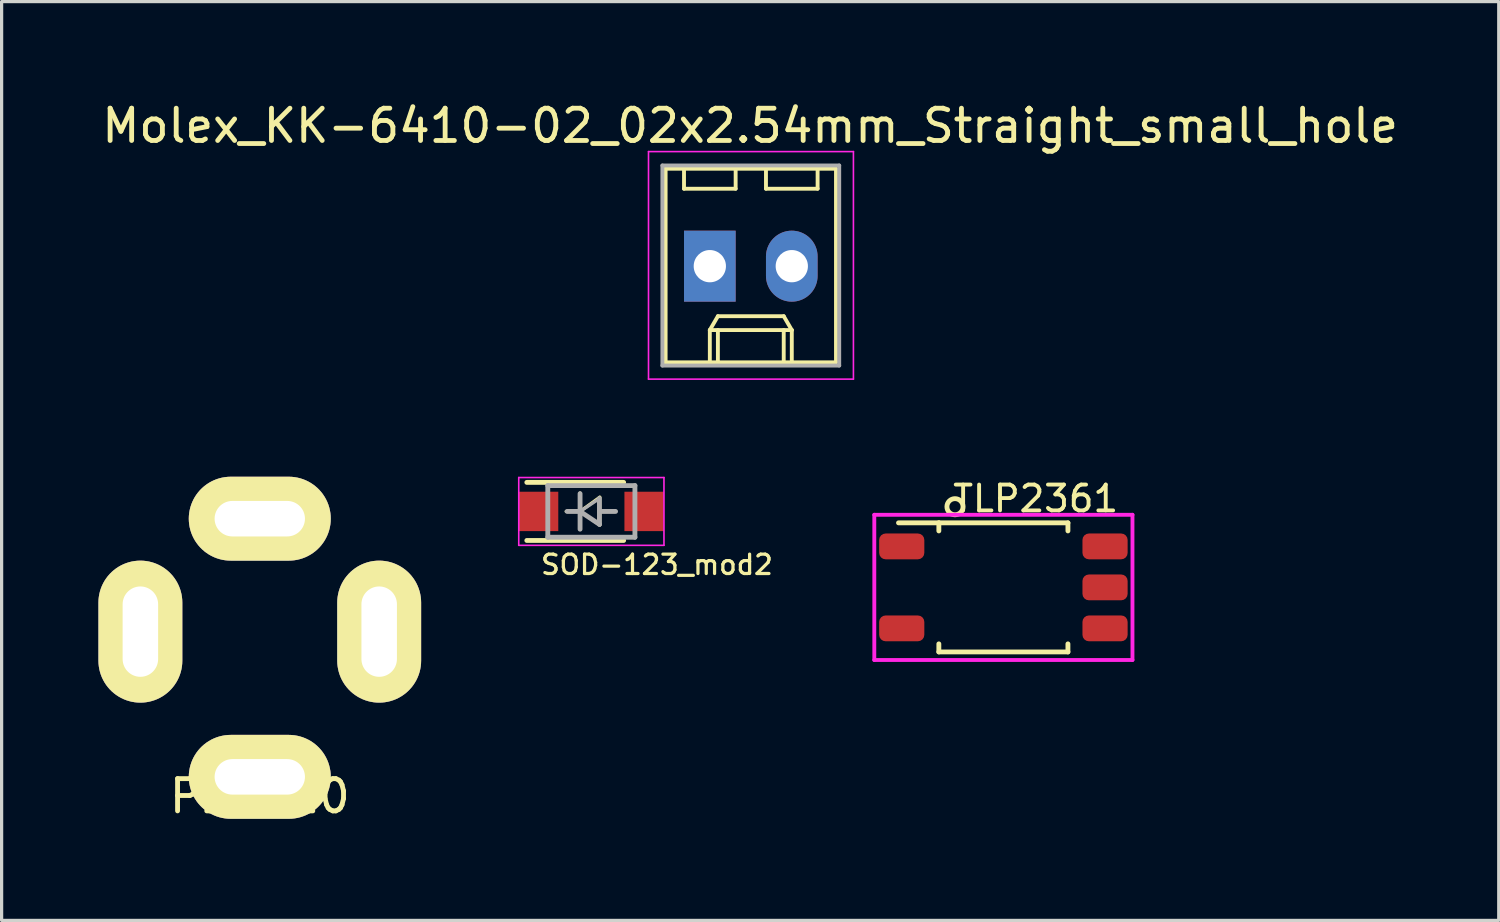
<source format=kicad_pcb>
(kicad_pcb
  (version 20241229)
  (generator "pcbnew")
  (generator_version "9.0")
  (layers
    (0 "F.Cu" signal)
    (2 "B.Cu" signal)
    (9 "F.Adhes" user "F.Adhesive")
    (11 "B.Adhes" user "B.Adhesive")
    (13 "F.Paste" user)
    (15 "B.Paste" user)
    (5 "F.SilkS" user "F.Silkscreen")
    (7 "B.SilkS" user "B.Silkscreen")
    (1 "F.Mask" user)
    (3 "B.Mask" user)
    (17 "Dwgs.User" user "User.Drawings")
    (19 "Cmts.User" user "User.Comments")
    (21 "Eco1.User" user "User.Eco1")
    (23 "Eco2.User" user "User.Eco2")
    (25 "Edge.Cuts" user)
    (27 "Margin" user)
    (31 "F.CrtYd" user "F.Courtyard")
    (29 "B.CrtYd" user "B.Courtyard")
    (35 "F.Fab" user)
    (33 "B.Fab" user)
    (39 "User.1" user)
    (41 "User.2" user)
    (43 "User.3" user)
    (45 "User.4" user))
  (footprint "PJ3410"
    (layer "F.Cu")
    (at 5 16.523)
    (property "Reference" "PJ3410" (at 0 5.1 0) (layer "F.SilkS") (effects (font (size 1 1) (thickness 0.15))))
    (attr through_hole)
    (pad "1" thru_hole oval (at 0 4.5) (size 4.4 2.6) (drill oval 2.8 1.1) (layers "*.Cu" "*.Mask" "F.SilkS"))
    (pad "2" thru_hole oval (at 0 -3.5) (size 4.4 2.6) (drill oval 2.8 1.1) (layers "*.Cu" "*.Mask" "F.SilkS"))
    (pad "3" thru_hole oval (at 3.7 0) (size 2.6 4.4) (drill oval 1.1 2.8) (layers "*.Cu" "*.Mask" "F.SilkS"))
    (pad "4" thru_hole oval (at -3.7 0) (size 2.6 4.4) (drill oval 1.1 2.8) (layers "*.Cu" "*.Mask" "F.SilkS")))
  (footprint "Molex_KK-6410-02_02x2.54mm_Straight_small_hole"
    (placed yes)
    (layer "F.Cu")
    (at 18.946 5.198)
    (property "Reference" "Molex_KK-6410-02_02x2.54mm_Straight_small_hole" (at 1.25 -4.35 0) (layer "F.SilkS") (effects (font (size 1 1) (thickness 0.15))))
    (attr through_hole)
    (fp_line (start -1.37 -3.02) (end -1.37 2.98) (stroke (width 0.12) (type solid)) (layer "F.SilkS"))
    (fp_line (start -1.37 2.98) (end 3.91 2.98) (stroke (width 0.12) (type solid)) (layer "F.SilkS"))
    (fp_line (start -0.8 -3.02) (end -0.8 -2.4) (stroke (width 0.12) (type solid)) (layer "F.SilkS"))
    (fp_line (start -0.8 -2.4) (end 0.8 -2.4) (stroke (width 0.12) (type solid)) (layer "F.SilkS"))
    (fp_line (start 0 1.98) (end 0.25 1.55) (stroke (width 0.12) (type solid)) (layer "F.SilkS"))
    (fp_line (start 0 1.98) (end 2.54 1.98) (stroke (width 0.12) (type solid)) (layer "F.SilkS"))
    (fp_line (start 0 2.98) (end 0 1.98) (stroke (width 0.12) (type solid)) (layer "F.SilkS"))
    (fp_line (start 0.25 1.55) (end 2.29 1.55) (stroke (width 0.12) (type solid)) (layer "F.SilkS"))
    (fp_line (start 0.25 2.98) (end 0.25 1.98) (stroke (width 0.12) (type solid)) (layer "F.SilkS"))
    (fp_line (start 0.8 -2.4) (end 0.8 -3.02) (stroke (width 0.12) (type solid)) (layer "F.SilkS"))
    (fp_line (start 1.74 -3.02) (end 1.74 -2.4) (stroke (width 0.12) (type solid)) (layer "F.SilkS"))
    (fp_line (start 1.74 -2.4) (end 3.34 -2.4) (stroke (width 0.12) (type solid)) (layer "F.SilkS"))
    (fp_line (start 2.29 1.55) (end 2.54 1.98) (stroke (width 0.12) (type solid)) (layer "F.SilkS"))
    (fp_line (start 2.29 2.98) (end 2.29 1.98) (stroke (width 0.12) (type solid)) (layer "F.SilkS"))
    (fp_line (start 2.54 1.98) (end 2.54 2.98) (stroke (width 0.12) (type solid)) (layer "F.SilkS"))
    (fp_line (start 3.34 -2.4) (end 3.34 -3.02) (stroke (width 0.12) (type solid)) (layer "F.SilkS"))
    (fp_line (start 3.91 -3.02) (end -1.37 -3.02) (stroke (width 0.12) (type solid)) (layer "F.SilkS"))
    (fp_line (start 3.91 2.98) (end 3.91 -3.02) (stroke (width 0.12) (type solid)) (layer "F.SilkS"))
    (fp_line (start -1.9 -3.55) (end 4.45 -3.55) (stroke (width 0.05) (type solid)) (layer "F.CrtYd"))
    (fp_line (start -1.9 3.5) (end -1.9 -3.55) (stroke (width 0.05) (type solid)) (layer "F.CrtYd"))
    (fp_line (start 4.45 -3.55) (end 4.45 3.5) (stroke (width 0.05) (type solid)) (layer "F.CrtYd"))
    (fp_line (start 4.45 3.5) (end -1.9 3.5) (stroke (width 0.05) (type solid)) (layer "F.CrtYd"))
    (fp_line (start -1.47 -3.12) (end -1.47 3.08) (stroke (width 0.12) (type solid)) (layer "F.Fab"))
    (fp_line (start -1.47 3.08) (end 4.01 3.08) (stroke (width 0.12) (type solid)) (layer "F.Fab"))
    (fp_line (start 4.01 -3.12) (end -1.47 -3.12) (stroke (width 0.12) (type solid)) (layer "F.Fab"))
    (fp_line (start 4.01 3.08) (end 4.01 -3.12) (stroke (width 0.12) (type solid)) (layer "F.Fab"))
    (pad "1" thru_hole rect (at 0 0) (size 1.6 2.2) (drill 1) (layers "*.Cu" "*.Mask"))
    (pad "2" thru_hole oval (at 2.54 0) (size 1.6 2.2) (drill 1) (layers "*.Cu" "*.Mask")))
  (footprint "SOD-123_mod2"
    (placed yes)
    (layer "F.Cu")
    (at 15.275 12.798)
    (property "Reference" "SOD-123_mod2" (at 2.032 1.651 0) (layer "F.SilkS") (effects (font (size 0.6 0.6) (thickness 0.1))))
    (attr smd)
    (fp_line (start -2 -0.9) (end 1 -0.9) (stroke (width 0.15) (type solid)) (layer "F.SilkS"))
    (fp_line (start -2 0.9) (end 1 0.9) (stroke (width 0.15) (type solid)) (layer "F.SilkS"))
    (fp_line (start -0.78 0) (end -0.34 0) (stroke (width 0.1) (type solid)) (layer "F.SilkS"))
    (fp_line (start -0.35 -0.57) (end -0.35 0.56) (stroke (width 0.1) (type solid)) (layer "F.SilkS"))
    (fp_line (start -0.35 0) (end 0.26 -0.44) (stroke (width 0.1) (type solid)) (layer "F.SilkS"))
    (fp_line (start 0.26 -0.44) (end 0.26 0.42) (stroke (width 0.1) (type solid)) (layer "F.SilkS"))
    (fp_line (start 0.26 0) (end 0.74 0) (stroke (width 0.1) (type solid)) (layer "F.SilkS"))
    (fp_line (start 0.26 0.42) (end -0.35 0) (stroke (width 0.1) (type solid)) (layer "F.SilkS"))
    (fp_line (start -2.25 -1.05) (end -2.25 1.05) (stroke (width 0.05) (type solid)) (layer "F.CrtYd"))
    (fp_line (start -2.25 -1.05) (end 2.25 -1.05) (stroke (width 0.05) (type solid)) (layer "F.CrtYd"))
    (fp_line (start 2.25 -1.05) (end 2.25 1.05) (stroke (width 0.05) (type solid)) (layer "F.CrtYd"))
    (fp_line (start 2.25 1.05) (end -2.25 1.05) (stroke (width 0.05) (type solid)) (layer "F.CrtYd"))
    (fp_line (start -1.35 -0.8) (end 1.35 -0.8) (stroke (width 0.15) (type solid)) (layer "F.Fab"))
    (fp_line (start -1.35 0.8) (end -1.35 -0.8) (stroke (width 0.15) (type solid)) (layer "F.Fab"))
    (fp_line (start -0.75 0) (end -0.35 0) (stroke (width 0.15) (type solid)) (layer "F.Fab"))
    (fp_line (start -0.35 0) (end -0.35 -0.55) (stroke (width 0.15) (type solid)) (layer "F.Fab"))
    (fp_line (start -0.35 0) (end -0.35 0.55) (stroke (width 0.15) (type solid)) (layer "F.Fab"))
    (fp_line (start -0.35 0) (end 0.25 -0.4) (stroke (width 0.1) (type solid)) (layer "F.Fab"))
    (fp_line (start 0.25 -0.4) (end 0.25 0.4) (stroke (width 0.15) (type solid)) (layer "F.Fab"))
    (fp_line (start 0.25 0) (end 0.75 0) (stroke (width 0.15) (type solid)) (layer "F.Fab"))
    (fp_line (start 0.25 0.4) (end -0.35 0) (stroke (width 0.15) (type solid)) (layer "F.Fab"))
    (fp_line (start 1.35 -0.8) (end 1.35 0.8) (stroke (width 0.15) (type solid)) (layer "F.Fab"))
    (fp_line (start 1.35 0.8) (end -1.35 0.8) (stroke (width 0.15) (type solid)) (layer "F.Fab"))
    (pad "1" smd rect (at -1.635 0) (size 1.22 1.22) (layers "F.Cu" "F.Mask" "F.Paste"))
    (pad "2" smd rect (at 1.635 0) (size 1.22 1.22) (layers "F.Cu" "F.Mask" "F.Paste")))
  (footprint "TLP2361"
    (layer "F.Cu")
    (at 28.043 15.152)
    (property "Reference" "TLP2361" (at 1 -2.75 0) (layer "F.SilkS") (effects (font (size 0.8 0.8) (thickness 0.12))))
    (attr through_hole)
    (fp_line (start -2 -2) (end -3.25 -2) (stroke (width 0.15) (type solid)) (layer "F.SilkS"))
    (fp_line (start -2 -2) (end 2 -2) (stroke (width 0.15) (type solid)) (layer "F.SilkS"))
    (fp_line (start -2 -1.75) (end -2 -2) (stroke (width 0.15) (type solid)) (layer "F.SilkS"))
    (fp_line (start -2 2) (end -2 1.75) (stroke (width 0.15) (type solid)) (layer "F.SilkS"))
    (fp_line (start 2 -1.75) (end 2 -2) (stroke (width 0.15) (type solid)) (layer "F.SilkS"))
    (fp_line (start 2 2) (end -2 2) (stroke (width 0.15) (type solid)) (layer "F.SilkS"))
    (fp_line (start 2 2) (end 2 1.75) (stroke (width 0.15) (type solid)) (layer "F.SilkS"))
    (fp_circle (center -1.5 -2.5) (end -1.25 -2.5) (stroke (width 0.15) (type solid)) (fill no) (layer "F.SilkS"))
    (fp_line (start -4 -2.25) (end 4 -2.25) (stroke (width 0.12) (type solid)) (layer "F.CrtYd"))
    (fp_line (start -4 2.25) (end -4 -2.25) (stroke (width 0.12) (type solid)) (layer "F.CrtYd"))
    (fp_line (start 4 -2.25) (end 4 2.25) (stroke (width 0.12) (type solid)) (layer "F.CrtYd"))
    (fp_line (start 4 2.25) (end -4 2.25) (stroke (width 0.12) (type solid)) (layer "F.CrtYd"))
    (pad "1" smd roundrect (at -3.15 -1.27) (size 1.4 0.8) (layers "F.Cu" "F.Mask" "F.Paste") (roundrect_rratio 0.25))
    (pad "3" smd roundrect (at -3.15 1.27) (size 1.4 0.8) (layers "F.Cu" "F.Mask" "F.Paste") (roundrect_rratio 0.25))
    (pad "4" smd roundrect (at 3.15 1.27) (size 1.4 0.8) (layers "F.Cu" "F.Mask" "F.Paste") (roundrect_rratio 0.25))
    (pad "5" smd roundrect (at 3.15 0) (size 1.4 0.8) (layers "F.Cu" "F.Mask" "F.Paste") (roundrect_rratio 0.25))
    (pad "6" smd roundrect (at 3.15 -1.27) (size 1.4 0.8) (layers "F.Cu" "F.Mask" "F.Paste") (roundrect_rratio 0.25)))
  (gr_rect
    (start -3 -3)
    (end 43.393 25.471)
    (stroke (width 0.1) (type default))
    (fill no)
    (layer "Edge.Cuts")))
</source>
